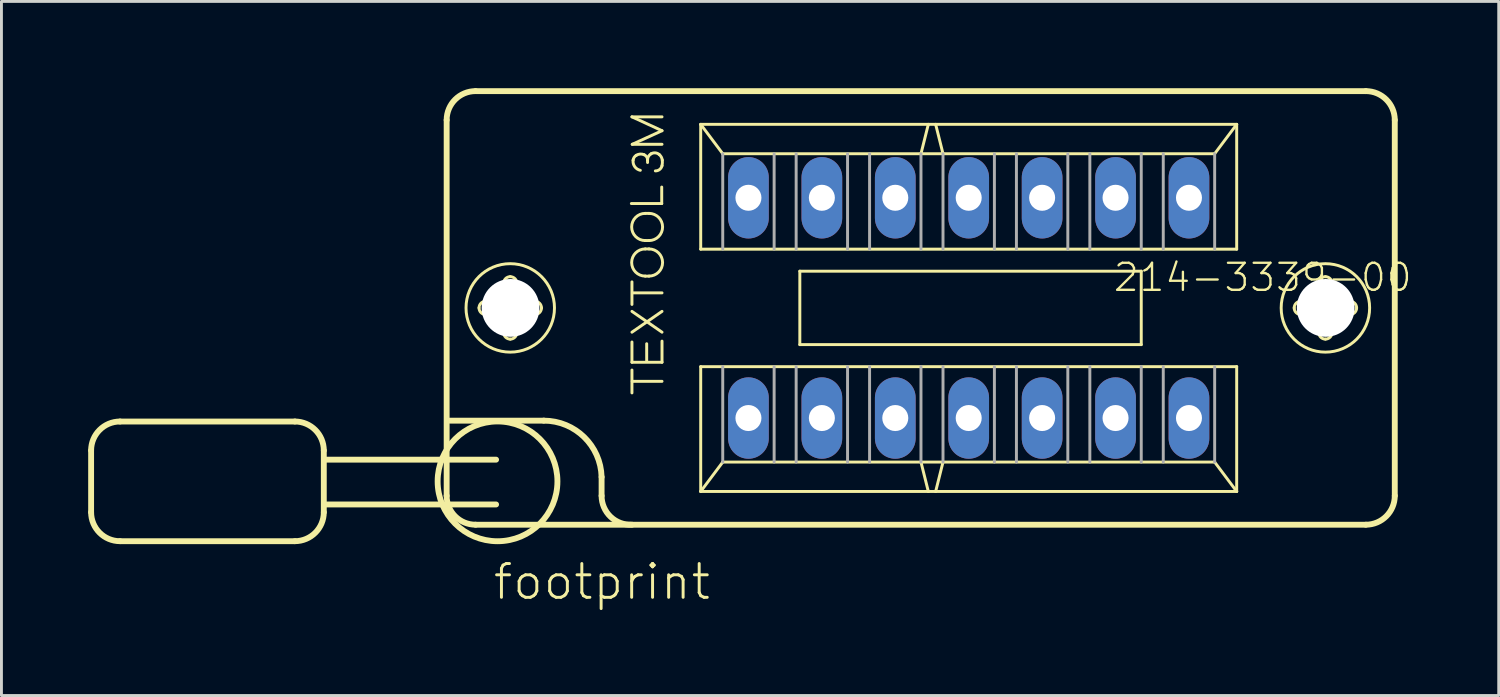
<source format=kicad_pcb>
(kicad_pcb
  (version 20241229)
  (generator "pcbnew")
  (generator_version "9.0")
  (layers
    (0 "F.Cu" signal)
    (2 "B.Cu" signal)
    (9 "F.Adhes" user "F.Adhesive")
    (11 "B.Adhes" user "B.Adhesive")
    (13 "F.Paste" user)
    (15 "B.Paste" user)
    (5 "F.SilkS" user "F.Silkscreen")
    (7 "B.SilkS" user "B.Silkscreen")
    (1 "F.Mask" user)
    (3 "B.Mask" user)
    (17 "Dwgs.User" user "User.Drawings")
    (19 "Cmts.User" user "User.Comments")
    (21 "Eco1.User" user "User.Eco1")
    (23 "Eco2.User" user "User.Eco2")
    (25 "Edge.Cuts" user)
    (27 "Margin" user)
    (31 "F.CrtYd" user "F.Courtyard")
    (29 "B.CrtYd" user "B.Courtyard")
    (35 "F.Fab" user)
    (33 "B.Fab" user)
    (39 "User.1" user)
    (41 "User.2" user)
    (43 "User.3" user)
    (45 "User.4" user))
  (footprint "footprint"
    (layer "F.Cu")
    (at 30.462 7.602)
    (property "Reference" "footprint" (at -16.51 10.16 0) (layer "F.SilkS") (effects (font (size 1.168 1.168) (thickness 0.102)) (justify left bottom)))
    (fp_line (start -30.36 4.93) (end -30.36 7.07) (stroke (width 0.203) (type solid)) (layer "F.SilkS"))
    (fp_line (start -29.36 3.93) (end -23.31 3.93) (stroke (width 0.203) (type solid)) (layer "F.SilkS"))
    (fp_line (start -23.31 8.07) (end -29.36 8.07) (stroke (width 0.203) (type solid)) (layer "F.SilkS"))
    (fp_line (start -22.31 4.93) (end -22.31 7.07) (stroke (width 0.203) (type solid)) (layer "F.SilkS"))
    (fp_line (start -18.06 6.5) (end -18.06 -6.5) (stroke (width 0.203) (type solid)) (layer "F.SilkS"))
    (fp_line (start -17.95 3.9) (end -14.7 3.9) (stroke (width 0.203) (type solid)) (layer "F.SilkS"))
    (fp_line (start -17.06 -7.5) (end 13.74 -7.5) (stroke (width 0.203) (type solid)) (layer "F.SilkS"))
    (fp_line (start -16.71 -0.23) (end -16.16 -0.23) (stroke (width 0.102) (type solid)) (layer "F.SilkS"))
    (fp_line (start -16.35 5.25) (end -22.26 5.25) (stroke (width 0.203) (type solid)) (layer "F.SilkS"))
    (fp_line (start -16.35 6.8) (end -22.26 6.8) (stroke (width 0.203) (type solid)) (layer "F.SilkS"))
    (fp_line (start -16.17 0.23) (end -16.71 0.23) (stroke (width 0.102) (type solid)) (layer "F.SilkS"))
    (fp_line (start -16.09 -0.31) (end -16.09 -0.85) (stroke (width 0.102) (type solid)) (layer "F.SilkS"))
    (fp_line (start -16.09 0.85) (end -16.09 0.3) (stroke (width 0.102) (type solid)) (layer "F.SilkS"))
    (fp_line (start -15.63 -0.85) (end -15.63 -0.3) (stroke (width 0.102) (type solid)) (layer "F.SilkS"))
    (fp_line (start -15.63 0.31) (end -15.63 0.85) (stroke (width 0.102) (type solid)) (layer "F.SilkS"))
    (fp_line (start -15.55 -0.23) (end -15.01 -0.23) (stroke (width 0.102) (type solid)) (layer "F.SilkS"))
    (fp_line (start -15.01 0.23) (end -15.56 0.23) (stroke (width 0.102) (type solid)) (layer "F.SilkS"))
    (fp_line (start -12.7 5.85) (end -12.7 6.5) (stroke (width 0.203) (type solid)) (layer "F.SilkS"))
    (fp_line (start -11.67 -3.61) (end -10.62 -3.61) (stroke (width 0.102) (type solid)) (layer "F.SilkS"))
    (fp_line (start -11.65 -6.61) (end -10.61 -6.61) (stroke (width 0.102) (type solid)) (layer "F.SilkS"))
    (fp_line (start -11.65 -0.12) (end -11.65 -0.9) (stroke (width 0.102) (type solid)) (layer "F.SilkS"))
    (fp_line (start -11.65 0.12) (end -10.61 0.84) (stroke (width 0.102) (type solid)) (layer "F.SilkS"))
    (fp_line (start -11.65 0.84) (end -10.61 0.12) (stroke (width 0.102) (type solid)) (layer "F.SilkS"))
    (fp_line (start -11.65 1.18) (end -11.65 1.88) (stroke (width 0.102) (type solid)) (layer "F.SilkS"))
    (fp_line (start -11.65 1.88) (end -10.61 1.88) (stroke (width 0.102) (type solid)) (layer "F.SilkS"))
    (fp_line (start -11.65 2.94) (end -11.65 2.15) (stroke (width 0.102) (type solid)) (layer "F.SilkS"))
    (fp_line (start -11.64 -5.66) (end -10.61 -6.13) (stroke (width 0.102) (type solid)) (layer "F.SilkS"))
    (fp_line (start -11.64 2.54) (end -10.61 2.54) (stroke (width 0.102) (type solid)) (layer "F.SilkS"))
    (fp_line (start -11.63 -0.52) (end -10.61 -0.52) (stroke (width 0.102) (type solid)) (layer "F.SilkS"))
    (fp_line (start -11.19 -3.27) (end -11.06 -3.27) (stroke (width 0.102) (type solid)) (layer "F.SilkS"))
    (fp_line (start -11.19 -2.33) (end -11.06 -2.33) (stroke (width 0.102) (type solid)) (layer "F.SilkS"))
    (fp_line (start -11.19 -2.04) (end -11.06 -2.04) (stroke (width 0.102) (type solid)) (layer "F.SilkS"))
    (fp_line (start -11.19 -1.1) (end -11.06 -1.1) (stroke (width 0.102) (type solid)) (layer "F.SilkS"))
    (fp_line (start -11.14 1.24) (end -11.14 1.84) (stroke (width 0.102) (type solid)) (layer "F.SilkS"))
    (fp_line (start -11.11 -5.03) (end -11.11 -5.12) (stroke (width 0.102) (type solid)) (layer "F.SilkS"))
    (fp_line (start -10.62 -3.61) (end -10.62 -4.18) (stroke (width 0.102) (type solid)) (layer "F.SilkS"))
    (fp_line (start -10.61 -6.13) (end -11.65 -6.61) (stroke (width 0.102) (type solid)) (layer "F.SilkS"))
    (fp_line (start -10.61 -5.66) (end -11.64 -5.66) (stroke (width 0.102) (type solid)) (layer "F.SilkS"))
    (fp_line (start -10.61 1.88) (end -10.61 1.15) (stroke (width 0.102) (type solid)) (layer "F.SilkS"))
    (fp_line (start -9.271 -6.35) (end -1.397 -6.35) (stroke (width 0.102) (type solid)) (layer "F.SilkS"))
    (fp_line (start -9.271 -2.032) (end -9.271 -6.35) (stroke (width 0.102) (type solid)) (layer "F.SilkS"))
    (fp_line (start -9.271 2.032) (end 9.271 2.032) (stroke (width 0.102) (type solid)) (layer "F.SilkS"))
    (fp_line (start -9.271 6.35) (end -9.271 2.032) (stroke (width 0.102) (type solid)) (layer "F.SilkS"))
    (fp_line (start -9.271 6.35) (end -8.509 5.334) (stroke (width 0.102) (type solid)) (layer "F.SilkS"))
    (fp_line (start -8.509 -5.334) (end -9.271 -6.35) (stroke (width 0.102) (type solid)) (layer "F.SilkS"))
    (fp_line (start -8.509 5.334) (end -1.651 5.334) (stroke (width 0.102) (type solid)) (layer "F.SilkS"))
    (fp_line (start -5.842 -1.27) (end 5.969 -1.27) (stroke (width 0.102) (type solid)) (layer "F.SilkS"))
    (fp_line (start -5.842 1.27) (end -5.842 -1.27) (stroke (width 0.102) (type solid)) (layer "F.SilkS"))
    (fp_line (start -1.651 -5.334) (end -8.509 -5.334) (stroke (width 0.102) (type solid)) (layer "F.SilkS"))
    (fp_line (start -1.651 -5.334) (end -1.397 -6.35) (stroke (width 0.102) (type solid)) (layer "F.SilkS"))
    (fp_line (start -1.651 5.334) (end -1.397 6.35) (stroke (width 0.102) (type solid)) (layer "F.SilkS"))
    (fp_line (start -1.651 5.334) (end -0.889 5.334) (stroke (width 0.102) (type solid)) (layer "F.SilkS"))
    (fp_line (start -1.397 -6.35) (end -1.143 -6.35) (stroke (width 0.102) (type solid)) (layer "F.SilkS"))
    (fp_line (start -1.397 6.35) (end -9.271 6.35) (stroke (width 0.102) (type solid)) (layer "F.SilkS"))
    (fp_line (start -1.143 -6.35) (end 9.271 -6.35) (stroke (width 0.102) (type solid)) (layer "F.SilkS"))
    (fp_line (start -1.143 6.35) (end -1.397 6.35) (stroke (width 0.102) (type solid)) (layer "F.SilkS"))
    (fp_line (start -0.889 -5.334) (end -1.651 -5.334) (stroke (width 0.102) (type solid)) (layer "F.SilkS"))
    (fp_line (start -0.889 -5.334) (end -1.143 -6.35) (stroke (width 0.102) (type solid)) (layer "F.SilkS"))
    (fp_line (start -0.889 5.334) (end -1.143 6.35) (stroke (width 0.102) (type solid)) (layer "F.SilkS"))
    (fp_line (start -0.889 5.334) (end 8.509 5.334) (stroke (width 0.102) (type solid)) (layer "F.SilkS"))
    (fp_line (start 5.969 -1.27) (end 5.969 1.27) (stroke (width 0.102) (type solid)) (layer "F.SilkS"))
    (fp_line (start 5.969 1.27) (end -5.842 1.27) (stroke (width 0.102) (type solid)) (layer "F.SilkS"))
    (fp_line (start 8.509 -5.334) (end -0.889 -5.334) (stroke (width 0.102) (type solid)) (layer "F.SilkS"))
    (fp_line (start 8.509 5.334) (end 9.271 6.35) (stroke (width 0.102) (type solid)) (layer "F.SilkS"))
    (fp_line (start 9.271 -6.35) (end 8.509 -5.334) (stroke (width 0.102) (type solid)) (layer "F.SilkS"))
    (fp_line (start 9.271 -6.35) (end 9.271 -2.032) (stroke (width 0.102) (type solid)) (layer "F.SilkS"))
    (fp_line (start 9.271 -2.032) (end -9.271 -2.032) (stroke (width 0.102) (type solid)) (layer "F.SilkS"))
    (fp_line (start 9.271 2.032) (end 9.271 6.35) (stroke (width 0.102) (type solid)) (layer "F.SilkS"))
    (fp_line (start 9.271 6.35) (end -1.143 6.35) (stroke (width 0.102) (type solid)) (layer "F.SilkS"))
    (fp_line (start 11.49 -0.23) (end 12.04 -0.23) (stroke (width 0.102) (type solid)) (layer "F.SilkS"))
    (fp_line (start 12.03 0.23) (end 11.49 0.23) (stroke (width 0.102) (type solid)) (layer "F.SilkS"))
    (fp_line (start 12.11 -0.31) (end 12.11 -0.85) (stroke (width 0.102) (type solid)) (layer "F.SilkS"))
    (fp_line (start 12.11 0.85) (end 12.11 0.3) (stroke (width 0.102) (type solid)) (layer "F.SilkS"))
    (fp_line (start 12.57 -0.85) (end 12.57 -0.3) (stroke (width 0.102) (type solid)) (layer "F.SilkS"))
    (fp_line (start 12.57 0.31) (end 12.57 0.85) (stroke (width 0.102) (type solid)) (layer "F.SilkS"))
    (fp_line (start 12.65 -0.23) (end 13.19 -0.23) (stroke (width 0.102) (type solid)) (layer "F.SilkS"))
    (fp_line (start 13.19 0.23) (end 12.64 0.23) (stroke (width 0.102) (type solid)) (layer "F.SilkS"))
    (fp_line (start 13.74 7.5) (end -17.06 7.5) (stroke (width 0.203) (type solid)) (layer "F.SilkS"))
    (fp_line (start 14.74 -6.5) (end 14.74 6.5) (stroke (width 0.203) (type solid)) (layer "F.SilkS"))
    (fp_arc (start -30.36 4.93) (mid -30.067107 4.222893) (end -29.36 3.93) (stroke (width 0.2032) (type solid)) (layer "F.SilkS"))
    (fp_arc (start -29.36 8.07) (mid -30.067107 7.777107) (end -30.36 7.07) (stroke (width 0.2032) (type solid)) (layer "F.SilkS"))
    (fp_arc (start -23.31 3.93) (mid -22.602893 4.222893) (end -22.31 4.93) (stroke (width 0.2032) (type solid)) (layer "F.SilkS"))
    (fp_arc (start -22.31 7.07) (mid -22.602893 7.777107) (end -23.31 8.07) (stroke (width 0.2032) (type solid)) (layer "F.SilkS"))
    (fp_arc (start -18.06 -6.5) (mid -17.767107 -7.207107) (end -17.06 -7.5) (stroke (width 0.2032) (type solid)) (layer "F.SilkS"))
    (fp_arc (start -17.06 7.5) (mid -17.767107 7.207107) (end -18.06 6.5) (stroke (width 0.2032) (type solid)) (layer "F.SilkS"))
    (fp_arc (start -16.94 0) (mid -16.872635 -0.162635) (end -16.71 -0.23) (stroke (width 0.1016) (type solid)) (layer "F.SilkS"))
    (fp_arc (start -16.71 0.23) (mid -16.872635 0.162635) (end -16.94 0) (stroke (width 0.1016) (type solid)) (layer "F.SilkS"))
    (fp_arc (start -16.17 0.23) (mid -16.120503 0.250503) (end -16.1 0.3) (stroke (width 0.1016) (type solid)) (layer "F.SilkS"))
    (fp_arc (start -16.09 -0.85) (mid -16.022635 -1.012635) (end -15.86 -1.08) (stroke (width 0.1016) (type solid)) (layer "F.SilkS"))
    (fp_arc (start -16.09 -0.3) (mid -16.110503 -0.250503) (end -16.16 -0.23) (stroke (width 0.1016) (type solid)) (layer "F.SilkS"))
    (fp_arc (start -15.86 -1.08) (mid -15.697365 -1.012635) (end -15.63 -0.85) (stroke (width 0.1016) (type solid)) (layer "F.SilkS"))
    (fp_arc (start -15.86 1.08) (mid -16.022635 1.012635) (end -16.09 0.85) (stroke (width 0.1016) (type solid)) (layer "F.SilkS"))
    (fp_arc (start -15.63 0.3) (mid -15.609497 0.250503) (end -15.56 0.23) (stroke (width 0.1016) (type solid)) (layer "F.SilkS"))
    (fp_arc (start -15.63 0.85) (mid -15.697365 1.012635) (end -15.86 1.08) (stroke (width 0.1016) (type solid)) (layer "F.SilkS"))
    (fp_arc (start -15.56 -0.23) (mid -15.609497 -0.250503) (end -15.63 -0.3) (stroke (width 0.1016) (type solid)) (layer "F.SilkS"))
    (fp_arc (start -15.01 -0.23) (mid -14.847365 -0.162635) (end -14.78 0) (stroke (width 0.1016) (type solid)) (layer "F.SilkS"))
    (fp_arc (start -14.78 0) (mid -14.847365 0.162635) (end -15.01 0.23) (stroke (width 0.1016) (type solid)) (layer "F.SilkS"))
    (fp_arc (start -14.7 3.9) (mid -13.303341 4.468169) (end -12.7 5.849998) (stroke (width 0.2032) (type solid)) (layer "F.SilkS"))
    (fp_arc (start -11.649998 7.499999) (mid -12.389284 7.225) (end -12.7 6.5) (stroke (width 0.2032) (type solid)) (layer "F.SilkS"))
    (fp_arc (start -11.61 -5.109999) (mid -11.574621 -5.207696) (end -11.5 -5.28) (stroke (width 0.1016) (type solid)) (layer "F.SilkS"))
    (fp_arc (start -11.500001 -5.279999) (mid -11.367387 -5.322221) (end -11.23 -5.3) (stroke (width 0.1016) (type solid)) (layer "F.SilkS"))
    (fp_arc (start -11.360001 -4.759999) (mid -11.55297 -4.88645) (end -11.61 -5.11) (stroke (width 0.1016) (type solid)) (layer "F.SilkS"))
    (fp_arc (start -11.230001 -5.299999) (mid -11.142751 -5.228166) (end -11.11 -5.12) (stroke (width 0.1016) (type solid)) (layer "F.SilkS"))
    (fp_arc (start -11.19 -2.33) (mid -11.66 -2.8) (end -11.19 -3.27) (stroke (width 0.1016) (type solid)) (layer "F.SilkS"))
    (fp_arc (start -11.19 -1.1) (mid -11.66 -1.57) (end -11.19 -2.04) (stroke (width 0.1016) (type solid)) (layer "F.SilkS"))
    (fp_arc (start -11.11 -5.12) (mid -11.07789 -5.240938) (end -10.989999 -5.330001) (stroke (width 0.1016) (type solid)) (layer "F.SilkS"))
    (fp_arc (start -11.06 -3.27) (mid -10.59 -2.8) (end -11.06 -2.33) (stroke (width 0.1016) (type solid)) (layer "F.SilkS"))
    (fp_arc (start -11.06 -2.04) (mid -10.59 -1.57) (end -11.06 -1.1) (stroke (width 0.1016) (type solid)) (layer "F.SilkS"))
    (fp_arc (start -10.99 -5.33) (mid -10.846887 -5.363577) (end -10.71 -5.31) (stroke (width 0.1016) (type solid)) (layer "F.SilkS"))
    (fp_arc (start -10.71 -5.31) (mid -10.635084 -5.220954) (end -10.6 -5.110001) (stroke (width 0.1016) (type solid)) (layer "F.SilkS"))
    (fp_arc (start -10.61 -4.92) (mid -10.692559 -4.788549) (end -10.839999 -4.739999) (stroke (width 0.1016) (type solid)) (layer "F.SilkS"))
    (fp_arc (start -10.6 -5.11) (mid -10.597277 -5.014593) (end -10.61 -4.92) (stroke (width 0.1016) (type solid)) (layer "F.SilkS"))
    (fp_arc (start 11.26 0) (mid 11.327365 -0.162635) (end 11.49 -0.23) (stroke (width 0.1016) (type solid)) (layer "F.SilkS"))
    (fp_arc (start 11.49 0.23) (mid 11.327365 0.162635) (end 11.26 0) (stroke (width 0.1016) (type solid)) (layer "F.SilkS"))
    (fp_arc (start 12.03 0.23) (mid 12.079497 0.250503) (end 12.1 0.3) (stroke (width 0.1016) (type solid)) (layer "F.SilkS"))
    (fp_arc (start 12.11 -0.85) (mid 12.177365 -1.012635) (end 12.34 -1.08) (stroke (width 0.1016) (type solid)) (layer "F.SilkS"))
    (fp_arc (start 12.11 -0.3) (mid 12.089497 -0.250503) (end 12.04 -0.23) (stroke (width 0.1016) (type solid)) (layer "F.SilkS"))
    (fp_arc (start 12.34 -1.08) (mid 12.502635 -1.012635) (end 12.57 -0.85) (stroke (width 0.1016) (type solid)) (layer "F.SilkS"))
    (fp_arc (start 12.34 1.08) (mid 12.177365 1.012635) (end 12.11 0.85) (stroke (width 0.1016) (type solid)) (layer "F.SilkS"))
    (fp_arc (start 12.57 0.3) (mid 12.590503 0.250503) (end 12.64 0.23) (stroke (width 0.1016) (type solid)) (layer "F.SilkS"))
    (fp_arc (start 12.57 0.85) (mid 12.502635 1.012635) (end 12.34 1.08) (stroke (width 0.1016) (type solid)) (layer "F.SilkS"))
    (fp_arc (start 12.64 -0.23) (mid 12.590503 -0.250503) (end 12.57 -0.3) (stroke (width 0.1016) (type solid)) (layer "F.SilkS"))
    (fp_arc (start 13.19 -0.23) (mid 13.352635 -0.162635) (end 13.42 0) (stroke (width 0.1016) (type solid)) (layer "F.SilkS"))
    (fp_arc (start 13.42 0) (mid 13.352635 0.162635) (end 13.19 0.23) (stroke (width 0.1016) (type solid)) (layer "F.SilkS"))
    (fp_arc (start 13.74 -7.5) (mid 14.447107 -7.207107) (end 14.74 -6.5) (stroke (width 0.2032) (type solid)) (layer "F.SilkS"))
    (fp_arc (start 14.74 6.5) (mid 14.447107 7.207107) (end 13.74 7.5) (stroke (width 0.2032) (type solid)) (layer "F.SilkS"))
    (fp_circle (center -16.3 6) (end -14.228 6) (stroke (width 0.203) (type solid)) (fill no) (layer "F.SilkS"))
    (fp_circle (center -15.86 0) (end -14.33 0) (stroke (width 0.102) (type solid)) (fill no) (layer "F.SilkS"))
    (fp_circle (center 12.34 0) (end 13.87 0) (stroke (width 0.102) (type solid)) (fill no) (layer "F.SilkS"))
    (fp_line (start -8.509 -5.334) (end -8.509 -2.032) (stroke (width 0.102) (type solid)) (layer "F.Fab"))
    (fp_line (start -8.509 2.032) (end -8.509 5.334) (stroke (width 0.102) (type solid)) (layer "F.Fab"))
    (fp_line (start -6.731 -2.032) (end -6.731 -5.334) (stroke (width 0.102) (type solid)) (layer "F.Fab"))
    (fp_line (start -6.731 2.032) (end -6.731 5.334) (stroke (width 0.102) (type solid)) (layer "F.Fab"))
    (fp_line (start -5.969 -2.032) (end -5.969 -5.334) (stroke (width 0.102) (type solid)) (layer "F.Fab"))
    (fp_line (start -5.969 2.032) (end -5.969 5.334) (stroke (width 0.102) (type solid)) (layer "F.Fab"))
    (fp_line (start -4.191 -2.032) (end -4.191 -5.334) (stroke (width 0.102) (type solid)) (layer "F.Fab"))
    (fp_line (start -4.191 2.032) (end -4.191 5.334) (stroke (width 0.102) (type solid)) (layer "F.Fab"))
    (fp_line (start -3.429 -2.032) (end -3.429 -5.334) (stroke (width 0.102) (type solid)) (layer "F.Fab"))
    (fp_line (start -3.429 2.032) (end -3.429 5.334) (stroke (width 0.102) (type solid)) (layer "F.Fab"))
    (fp_line (start -1.651 -2.032) (end -1.651 -5.334) (stroke (width 0.102) (type solid)) (layer "F.Fab"))
    (fp_line (start -1.651 2.032) (end -1.651 5.334) (stroke (width 0.102) (type solid)) (layer "F.Fab"))
    (fp_line (start -0.889 -2.032) (end -0.889 -5.334) (stroke (width 0.102) (type solid)) (layer "F.Fab"))
    (fp_line (start -0.889 2.032) (end -0.889 5.334) (stroke (width 0.102) (type solid)) (layer "F.Fab"))
    (fp_line (start 0.889 -2.032) (end 0.889 -5.334) (stroke (width 0.102) (type solid)) (layer "F.Fab"))
    (fp_line (start 0.889 2.032) (end 0.889 5.334) (stroke (width 0.102) (type solid)) (layer "F.Fab"))
    (fp_line (start 1.651 -2.032) (end 1.651 -5.334) (stroke (width 0.102) (type solid)) (layer "F.Fab"))
    (fp_line (start 1.651 2.032) (end 1.651 5.334) (stroke (width 0.102) (type solid)) (layer "F.Fab"))
    (fp_line (start 3.429 -2.032) (end 3.429 -5.334) (stroke (width 0.102) (type solid)) (layer "F.Fab"))
    (fp_line (start 3.429 2.032) (end 3.429 5.334) (stroke (width 0.102) (type solid)) (layer "F.Fab"))
    (fp_line (start 4.191 -2.032) (end 4.191 -5.334) (stroke (width 0.102) (type solid)) (layer "F.Fab"))
    (fp_line (start 4.191 2.032) (end 4.191 5.334) (stroke (width 0.102) (type solid)) (layer "F.Fab"))
    (fp_line (start 5.969 -2.032) (end 5.969 -5.334) (stroke (width 0.102) (type solid)) (layer "F.Fab"))
    (fp_line (start 5.969 2.032) (end 5.969 5.334) (stroke (width 0.102) (type solid)) (layer "F.Fab"))
    (fp_line (start 6.731 -2.032) (end 6.731 -5.334) (stroke (width 0.102) (type solid)) (layer "F.Fab"))
    (fp_line (start 6.731 2.032) (end 6.731 5.334) (stroke (width 0.102) (type solid)) (layer "F.Fab"))
    (fp_line (start 8.509 -2.032) (end 8.509 -5.334) (stroke (width 0.102) (type solid)) (layer "F.Fab"))
    (fp_line (start 8.509 5.334) (end 8.509 2.032) (stroke (width 0.102) (type solid)) (layer "F.Fab"))
    (fp_text user "214-3339-00" (at 4.953 -0.508 180) (layer "F.SilkS") (effects (font (size 0.935 0.935) (thickness 0.081)) (justify left bottom)))
    (pad "" np_thru_hole circle (at -15.85 0) (size 2 2) (drill 2) (layers "*.Cu" "*.Mask"))
    (pad "" np_thru_hole circle (at 12.35 0) (size 2 2) (drill 2) (layers "*.Cu" "*.Mask"))
    (pad "1" thru_hole oval (at -7.62 3.81 90) (size 2.816 1.408) (drill 0.9) (layers "*.Cu" "*.Mask"))
    (pad "2" thru_hole oval (at -5.08 3.81 90) (size 2.816 1.408) (drill 0.9) (layers "*.Cu" "*.Mask"))
    (pad "3" thru_hole oval (at -2.54 3.81 90) (size 2.816 1.408) (drill 0.9) (layers "*.Cu" "*.Mask"))
    (pad "4" thru_hole oval (at 0 3.81 90) (size 2.816 1.408) (drill 0.9) (layers "*.Cu" "*.Mask"))
    (pad "5" thru_hole oval (at 2.54 3.81 90) (size 2.816 1.408) (drill 0.9) (layers "*.Cu" "*.Mask"))
    (pad "6" thru_hole oval (at 5.08 3.81 90) (size 2.816 1.408) (drill 0.9) (layers "*.Cu" "*.Mask"))
    (pad "7" thru_hole oval (at 7.62 3.81 90) (size 2.816 1.408) (drill 0.9) (layers "*.Cu" "*.Mask"))
    (pad "8" thru_hole oval (at 7.62 -3.81 90) (size 2.816 1.408) (drill 0.9) (layers "*.Cu" "*.Mask"))
    (pad "9" thru_hole oval (at 5.08 -3.81 90) (size 2.816 1.408) (drill 0.9) (layers "*.Cu" "*.Mask"))
    (pad "10" thru_hole oval (at 2.54 -3.81 90) (size 2.816 1.408) (drill 0.9) (layers "*.Cu" "*.Mask"))
    (pad "11" thru_hole oval (at 0 -3.81 90) (size 2.816 1.408) (drill 0.9) (layers "*.Cu" "*.Mask"))
    (pad "12" thru_hole oval (at -2.54 -3.81 90) (size 2.816 1.408) (drill 0.9) (layers "*.Cu" "*.Mask"))
    (pad "13" thru_hole oval (at -5.08 -3.81 90) (size 2.816 1.408) (drill 0.9) (layers "*.Cu" "*.Mask"))
    (pad "14" thru_hole oval (at -7.62 -3.81 90) (size 2.816 1.408) (drill 0.9) (layers "*.Cu" "*.Mask")))
  (gr_rect
    (start -3 -3)
    (end 48.798 21.012)
    (stroke (width 0.1) (type default))
    (fill no)
    (layer "Edge.Cuts")))
</source>
